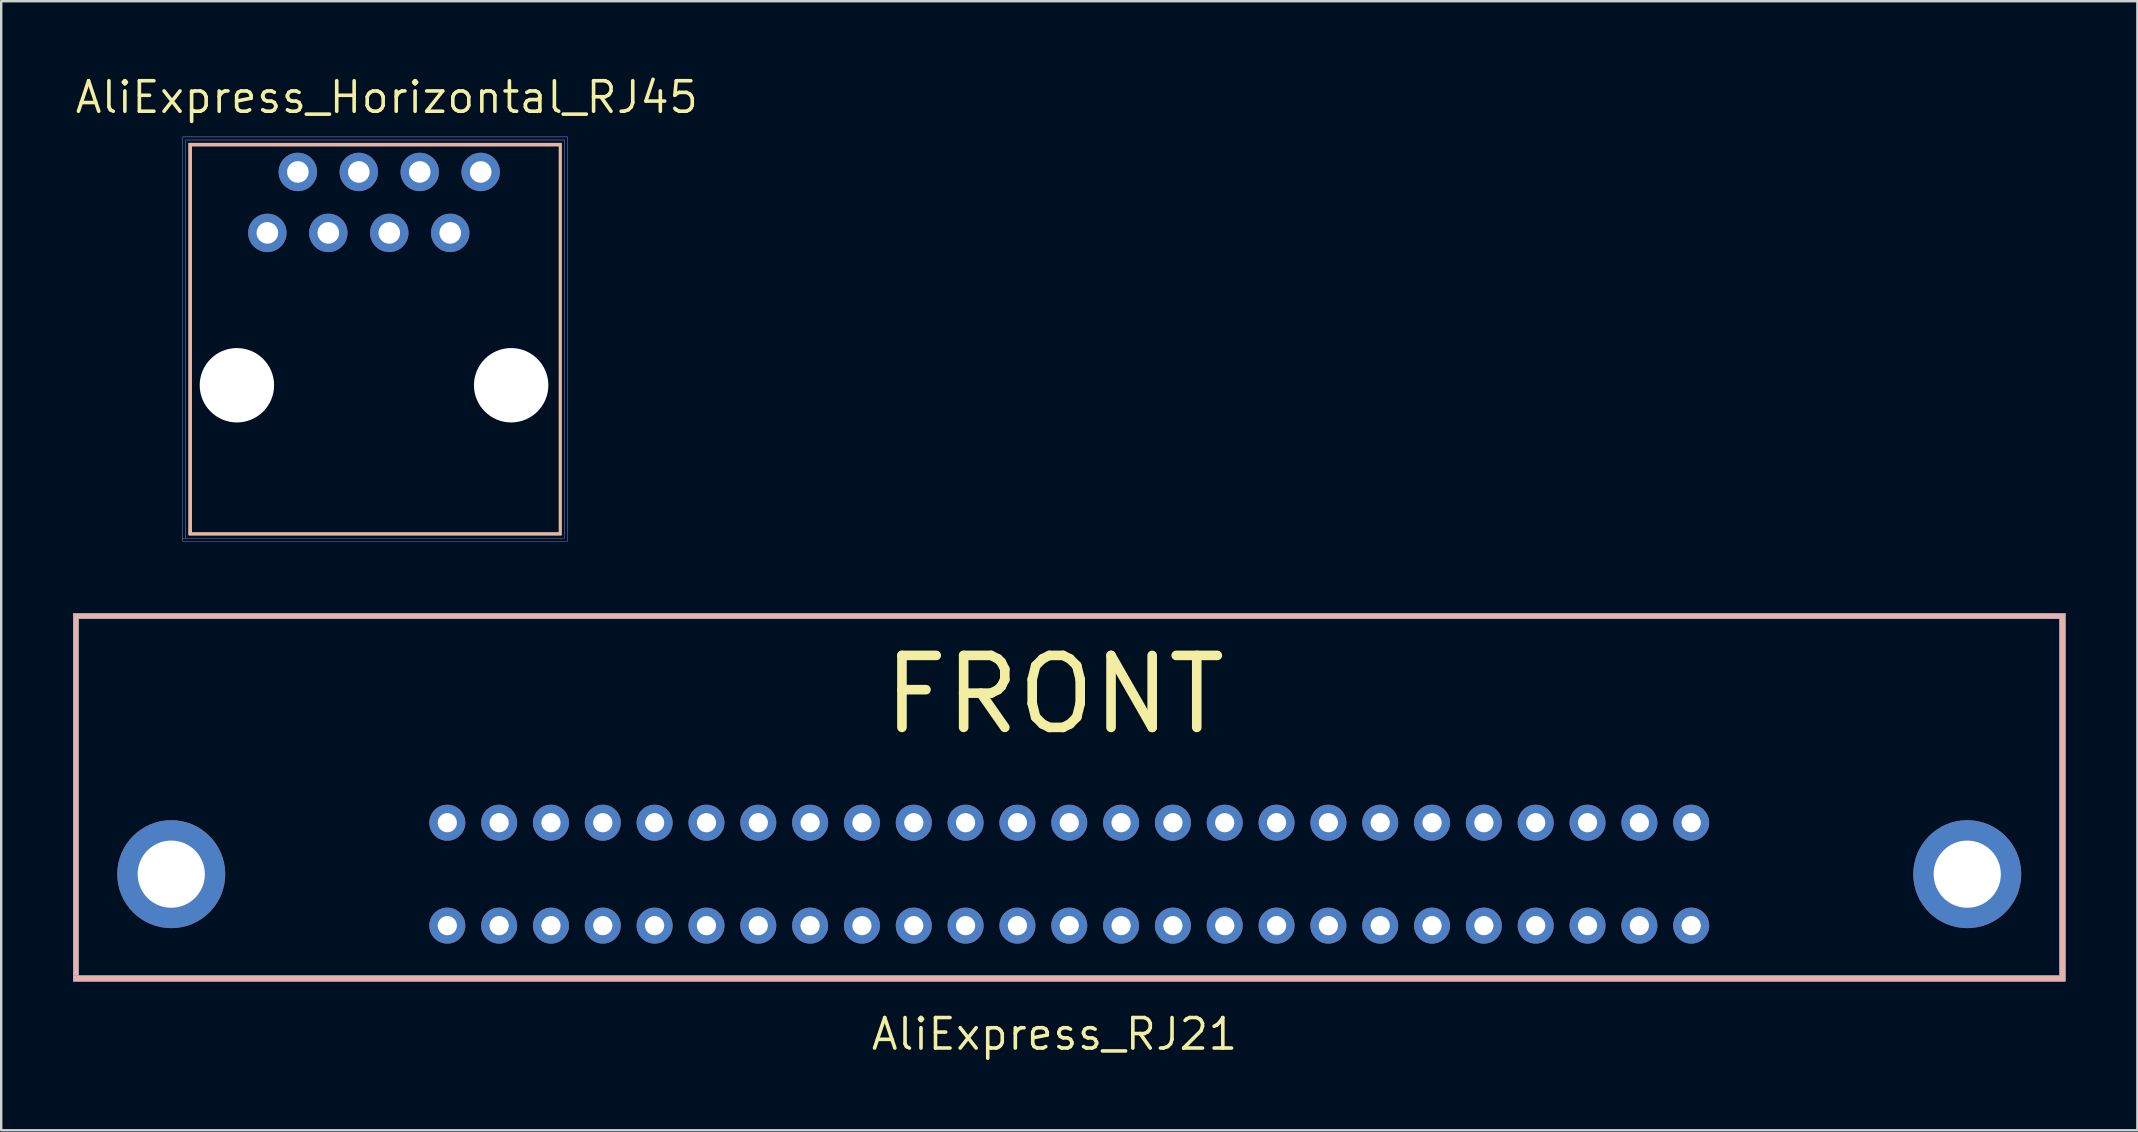
<source format=kicad_pcb>
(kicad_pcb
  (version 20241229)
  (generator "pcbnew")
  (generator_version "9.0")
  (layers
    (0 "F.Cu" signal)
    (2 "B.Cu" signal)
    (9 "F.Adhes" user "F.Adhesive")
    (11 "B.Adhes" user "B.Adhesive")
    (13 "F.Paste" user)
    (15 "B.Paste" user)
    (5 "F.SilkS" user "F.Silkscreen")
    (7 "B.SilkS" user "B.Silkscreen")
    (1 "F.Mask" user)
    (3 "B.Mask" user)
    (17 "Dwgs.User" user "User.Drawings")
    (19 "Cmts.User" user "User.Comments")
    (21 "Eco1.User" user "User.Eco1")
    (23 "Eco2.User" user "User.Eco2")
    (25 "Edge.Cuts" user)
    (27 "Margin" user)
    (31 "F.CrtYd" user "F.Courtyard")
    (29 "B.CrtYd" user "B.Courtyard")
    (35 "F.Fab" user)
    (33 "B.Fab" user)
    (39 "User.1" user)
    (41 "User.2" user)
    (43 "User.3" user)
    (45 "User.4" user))
  (footprint "AliExpress_RJ21"
    (layer "F.Cu")
    (at 42.547 29.948)
    (property "Reference" "AliExpress_RJ21" (at -1.65 10.1 0) (layer "F.SilkS") (effects (font (size 1.27 1.27) (thickness 0.15))))
    (attr through_hole)
    (fp_poly (pts (xy 40.475 7.899) (xy -42.541 7.899) (xy -42.541 -7.214) (xy -42.329 -7.214) (xy -42.329 7.666) (xy 40.242 7.666) (xy 40.242 -7.214) (xy -42.329 -7.214) (xy -42.541 -7.214) (xy -42.541 -7.426) (xy 40.475 -7.426) (xy 40.475 7.899)) (stroke (width 0.01) (type solid)) (fill yes) (layer "F.SilkS"))
    (fp_poly (pts (xy 40.475 7.899) (xy -42.541 7.899) (xy -42.541 -7.214) (xy -42.329 -7.214) (xy -42.329 7.666) (xy 40.242 7.666) (xy 40.242 -7.214) (xy -42.329 -7.214) (xy -42.541 -7.214) (xy -42.541 -7.426) (xy 40.475 -7.426) (xy 40.475 7.899)) (stroke (width 0.01) (type solid)) (fill yes) (layer "B.SilkS"))
    (fp_poly (pts (xy 40.474 7.893) (xy -42.542 7.893) (xy -42.542 -7.22) (xy -42.33 -7.22) (xy -42.33 7.66) (xy 40.241 7.66) (xy 40.241 -7.22) (xy -42.33 -7.22) (xy -42.542 -7.22) (xy -42.542 -7.432) (xy 40.474 -7.432) (xy 40.474 7.893)) (stroke (width 0.01) (type solid)) (fill no) (layer "B.CrtYd"))
    (fp_poly (pts (xy 40.476 7.895) (xy -42.54 7.895) (xy -42.54 -7.218) (xy -42.328 -7.218) (xy -42.328 7.662) (xy 40.243 7.662) (xy 40.243 -7.218) (xy -42.328 -7.218) (xy -42.54 -7.218) (xy -42.54 -7.43) (xy 40.476 -7.43) (xy 40.476 7.895)) (stroke (width 0.01) (type solid)) (fill no) (layer "F.CrtYd"))
    (fp_text user "FRONT" (at -1.65 -4.05 0) (layer "F.SilkS") (effects (font (size 3 3) (thickness 0.4))))
    (pad "" thru_hole circle (at -38.46 3.434) (size 4.5 4.5) (drill 2.8) (layers "*.Cu" "*.Mask"))
    (pad "" thru_hole circle (at 36.39 3.434) (size 4.5 4.5) (drill 2.8) (layers "*.Cu" "*.Mask"))
    (pad "1" thru_hole circle (at 24.885 5.579) (size 1.5 1.5) (drill 0.8) (layers "*.Cu" "*.Mask"))
    (pad "2" thru_hole circle (at 22.725 5.579) (size 1.5 1.5) (drill 0.8) (layers "*.Cu" "*.Mask"))
    (pad "3" thru_hole circle (at 20.565 5.579) (size 1.5 1.5) (drill 0.8) (layers "*.Cu" "*.Mask"))
    (pad "4" thru_hole circle (at 18.405 5.579) (size 1.5 1.5) (drill 0.8) (layers "*.Cu" "*.Mask"))
    (pad "5" thru_hole circle (at 16.245 5.579) (size 1.5 1.5) (drill 0.8) (layers "*.Cu" "*.Mask"))
    (pad "6" thru_hole circle (at 14.085 5.579) (size 1.5 1.5) (drill 0.8) (layers "*.Cu" "*.Mask"))
    (pad "7" thru_hole circle (at 11.925 5.579) (size 1.5 1.5) (drill 0.8) (layers "*.Cu" "*.Mask"))
    (pad "8" thru_hole circle (at 9.765 5.579) (size 1.5 1.5) (drill 0.8) (layers "*.Cu" "*.Mask"))
    (pad "9" thru_hole circle (at 7.605 5.579) (size 1.5 1.5) (drill 0.8) (layers "*.Cu" "*.Mask"))
    (pad "10" thru_hole circle (at 5.445 5.579) (size 1.5 1.5) (drill 0.8) (layers "*.Cu" "*.Mask"))
    (pad "11" thru_hole circle (at 3.285 5.579) (size 1.5 1.5) (drill 0.8) (layers "*.Cu" "*.Mask"))
    (pad "12" thru_hole circle (at 1.125 5.579) (size 1.5 1.5) (drill 0.8) (layers "*.Cu" "*.Mask"))
    (pad "13" thru_hole circle (at -1.035 5.579) (size 1.5 1.5) (drill 0.8) (layers "*.Cu" "*.Mask"))
    (pad "14" thru_hole circle (at -3.195 5.579) (size 1.5 1.5) (drill 0.8) (layers "*.Cu" "*.Mask"))
    (pad "15" thru_hole circle (at -5.355 5.579) (size 1.5 1.5) (drill 0.8) (layers "*.Cu" "*.Mask"))
    (pad "16" thru_hole circle (at -7.515 5.579) (size 1.5 1.5) (drill 0.8) (layers "*.Cu" "*.Mask"))
    (pad "17" thru_hole circle (at -9.675 5.579) (size 1.5 1.5) (drill 0.8) (layers "*.Cu" "*.Mask"))
    (pad "18" thru_hole circle (at -11.835 5.579) (size 1.5 1.5) (drill 0.8) (layers "*.Cu" "*.Mask"))
    (pad "19" thru_hole circle (at -13.995 5.579) (size 1.5 1.5) (drill 0.8) (layers "*.Cu" "*.Mask"))
    (pad "20" thru_hole circle (at -16.155 5.579) (size 1.5 1.5) (drill 0.8) (layers "*.Cu" "*.Mask"))
    (pad "21" thru_hole circle (at -18.315 5.579) (size 1.5 1.5) (drill 0.8) (layers "*.Cu" "*.Mask"))
    (pad "22" thru_hole circle (at -20.475 5.579) (size 1.5 1.5) (drill 0.8) (layers "*.Cu" "*.Mask"))
    (pad "23" thru_hole circle (at -22.635 5.579) (size 1.5 1.5) (drill 0.8) (layers "*.Cu" "*.Mask"))
    (pad "24" thru_hole circle (at -24.795 5.579) (size 1.5 1.5) (drill 0.8) (layers "*.Cu" "*.Mask"))
    (pad "25" thru_hole circle (at -26.955 5.579) (size 1.5 1.5) (drill 0.8) (layers "*.Cu" "*.Mask"))
    (pad "26" thru_hole circle (at 24.885 1.289) (size 1.5 1.5) (drill 0.8) (layers "*.Cu" "*.Mask"))
    (pad "27" thru_hole circle (at 22.725 1.289) (size 1.5 1.5) (drill 0.8) (layers "*.Cu" "*.Mask"))
    (pad "28" thru_hole circle (at 20.565 1.289) (size 1.5 1.5) (drill 0.8) (layers "*.Cu" "*.Mask"))
    (pad "29" thru_hole circle (at 18.405 1.289) (size 1.5 1.5) (drill 0.8) (layers "*.Cu" "*.Mask"))
    (pad "30" thru_hole circle (at 16.245 1.289) (size 1.5 1.5) (drill 0.8) (layers "*.Cu" "*.Mask"))
    (pad "31" thru_hole circle (at 14.085 1.289) (size 1.5 1.5) (drill 0.8) (layers "*.Cu" "*.Mask"))
    (pad "32" thru_hole circle (at 11.925 1.289) (size 1.5 1.5) (drill 0.8) (layers "*.Cu" "*.Mask"))
    (pad "33" thru_hole circle (at 9.765 1.289) (size 1.5 1.5) (drill 0.8) (layers "*.Cu" "*.Mask"))
    (pad "34" thru_hole circle (at 7.605 1.289) (size 1.5 1.5) (drill 0.8) (layers "*.Cu" "*.Mask"))
    (pad "35" thru_hole circle (at 5.445 1.289) (size 1.5 1.5) (drill 0.8) (layers "*.Cu" "*.Mask"))
    (pad "36" thru_hole circle (at 3.285 1.289) (size 1.5 1.5) (drill 0.8) (layers "*.Cu" "*.Mask"))
    (pad "37" thru_hole circle (at 1.125 1.289) (size 1.5 1.5) (drill 0.8) (layers "*.Cu" "*.Mask"))
    (pad "38" thru_hole circle (at -1.035 1.289) (size 1.5 1.5) (drill 0.8) (layers "*.Cu" "*.Mask"))
    (pad "39" thru_hole circle (at -3.195 1.289) (size 1.5 1.5) (drill 0.8) (layers "*.Cu" "*.Mask"))
    (pad "40" thru_hole circle (at -5.355 1.289) (size 1.5 1.5) (drill 0.8) (layers "*.Cu" "*.Mask"))
    (pad "41" thru_hole circle (at -7.515 1.289) (size 1.5 1.5) (drill 0.8) (layers "*.Cu" "*.Mask"))
    (pad "42" thru_hole circle (at -9.675 1.289) (size 1.5 1.5) (drill 0.8) (layers "*.Cu" "*.Mask"))
    (pad "43" thru_hole circle (at -11.835 1.289) (size 1.5 1.5) (drill 0.8) (layers "*.Cu" "*.Mask"))
    (pad "44" thru_hole circle (at -13.995 1.289) (size 1.5 1.5) (drill 0.8) (layers "*.Cu" "*.Mask"))
    (pad "45" thru_hole circle (at -16.155 1.289) (size 1.5 1.5) (drill 0.8) (layers "*.Cu" "*.Mask"))
    (pad "46" thru_hole circle (at -18.315 1.289) (size 1.5 1.5) (drill 0.8) (layers "*.Cu" "*.Mask"))
    (pad "47" thru_hole circle (at -20.475 1.289) (size 1.5 1.5) (drill 0.8) (layers "*.Cu" "*.Mask"))
    (pad "48" thru_hole circle (at -22.635 1.289) (size 1.5 1.5) (drill 0.8) (layers "*.Cu" "*.Mask"))
    (pad "49" thru_hole circle (at -24.795 1.289) (size 1.5 1.5) (drill 0.8) (layers "*.Cu" "*.Mask"))
    (pad "50" thru_hole circle (at -26.955 1.289) (size 1.5 1.5) (drill 0.8) (layers "*.Cu" "*.Mask")))
  (footprint "AliExpress_Horizontal_RJ45"
    (layer "F.Cu")
    (at 12.562 10.658)
    (property "Reference" "AliExpress_Horizontal_RJ45" (at 0.508 -9.652 0) (layer "F.SilkS") (effects (font (size 1.27 1.27) (thickness 0.15))))
    (attr through_hole)
    (fp_poly (pts (xy 7.789 8.594) (xy -7.747 8.594) (xy -7.747 -7.62) (xy -7.62 -7.62) (xy -7.62 8.488) (xy 7.684 8.488) (xy 7.684 -7.62) (xy -7.62 -7.62) (xy -7.747 -7.62) (xy -7.747 -7.747) (xy 7.789 -7.747) (xy 7.789 8.594)) (stroke (width 0.01) (type solid)) (fill yes) (layer "F.SilkS"))
    (fp_poly (pts (xy 7.789 8.594) (xy -7.747 8.594) (xy -7.747 -7.62) (xy -7.62 -7.62) (xy -7.62 8.488) (xy 7.684 8.488) (xy 7.684 -7.62) (xy -7.62 -7.62) (xy -7.747 -7.62) (xy -7.747 -7.747) (xy 7.789 -7.747) (xy 7.789 8.594)) (stroke (width 0.01) (type solid)) (fill yes) (layer "B.SilkS"))
    (fp_poly (pts (xy 8.043 8.848) (xy -8.001 8.848) (xy -8.001 -7.874) (xy -7.874 -7.874) (xy -7.874 8.721) (xy 7.916 8.721) (xy 7.916 -7.874) (xy -7.874 -7.874) (xy -8.001 -7.874) (xy -8.001 -8.001) (xy 8.043 -8.001) (xy 8.043 8.848)) (stroke (width 0.01) (type solid)) (fill no) (layer "B.CrtYd"))
    (fp_poly (pts (xy 8.043 8.848) (xy -8.001 8.848) (xy -8.001 -7.874) (xy -7.874 -7.874) (xy -7.874 8.721) (xy 7.916 8.721) (xy 7.916 -7.874) (xy -7.874 -7.874) (xy -8.001 -7.874) (xy -8.001 -8.001) (xy 8.043 -8.001) (xy 8.043 8.848)) (stroke (width 0.01) (type solid)) (fill no) (layer "F.CrtYd"))
    (pad "" np_thru_hole circle (at -5.739 2.348) (size 3.1 3.1) (drill 3.1) (layers "*.Cu" "*.Mask"))
    (pad "" np_thru_hole circle (at 5.691 2.348) (size 3.1 3.1) (drill 3.1) (layers "*.Cu" "*.Mask"))
    (pad "1" thru_hole circle (at -4.469 -4.002) (size 1.6 1.6) (drill 0.9) (layers "*.Cu" "*.Mask"))
    (pad "2" thru_hole circle (at -3.199 -6.542) (size 1.6 1.6) (drill 0.9) (layers "*.Cu" "*.Mask"))
    (pad "3" thru_hole circle (at -1.929 -4.002) (size 1.6 1.6) (drill 0.9) (layers "*.Cu" "*.Mask"))
    (pad "4" thru_hole circle (at -0.659 -6.542) (size 1.6 1.6) (drill 0.9) (layers "*.Cu" "*.Mask"))
    (pad "5" thru_hole circle (at 0.611 -4.002) (size 1.6 1.6) (drill 0.9) (layers "*.Cu" "*.Mask"))
    (pad "6" thru_hole circle (at 1.881 -6.542) (size 1.6 1.6) (drill 0.9) (layers "*.Cu" "*.Mask"))
    (pad "7" thru_hole circle (at 3.151 -4.002) (size 1.6 1.6) (drill 0.9) (layers "*.Cu" "*.Mask"))
    (pad "8" thru_hole circle (at 4.421 -6.542) (size 1.6 1.6) (drill 0.9) (layers "*.Cu" "*.Mask")))
  (gr_rect
    (start -3 -3)
    (end 86.027 44.054)
    (stroke (width 0.1) (type default))
    (fill no)
    (layer "Edge.Cuts")))
</source>
